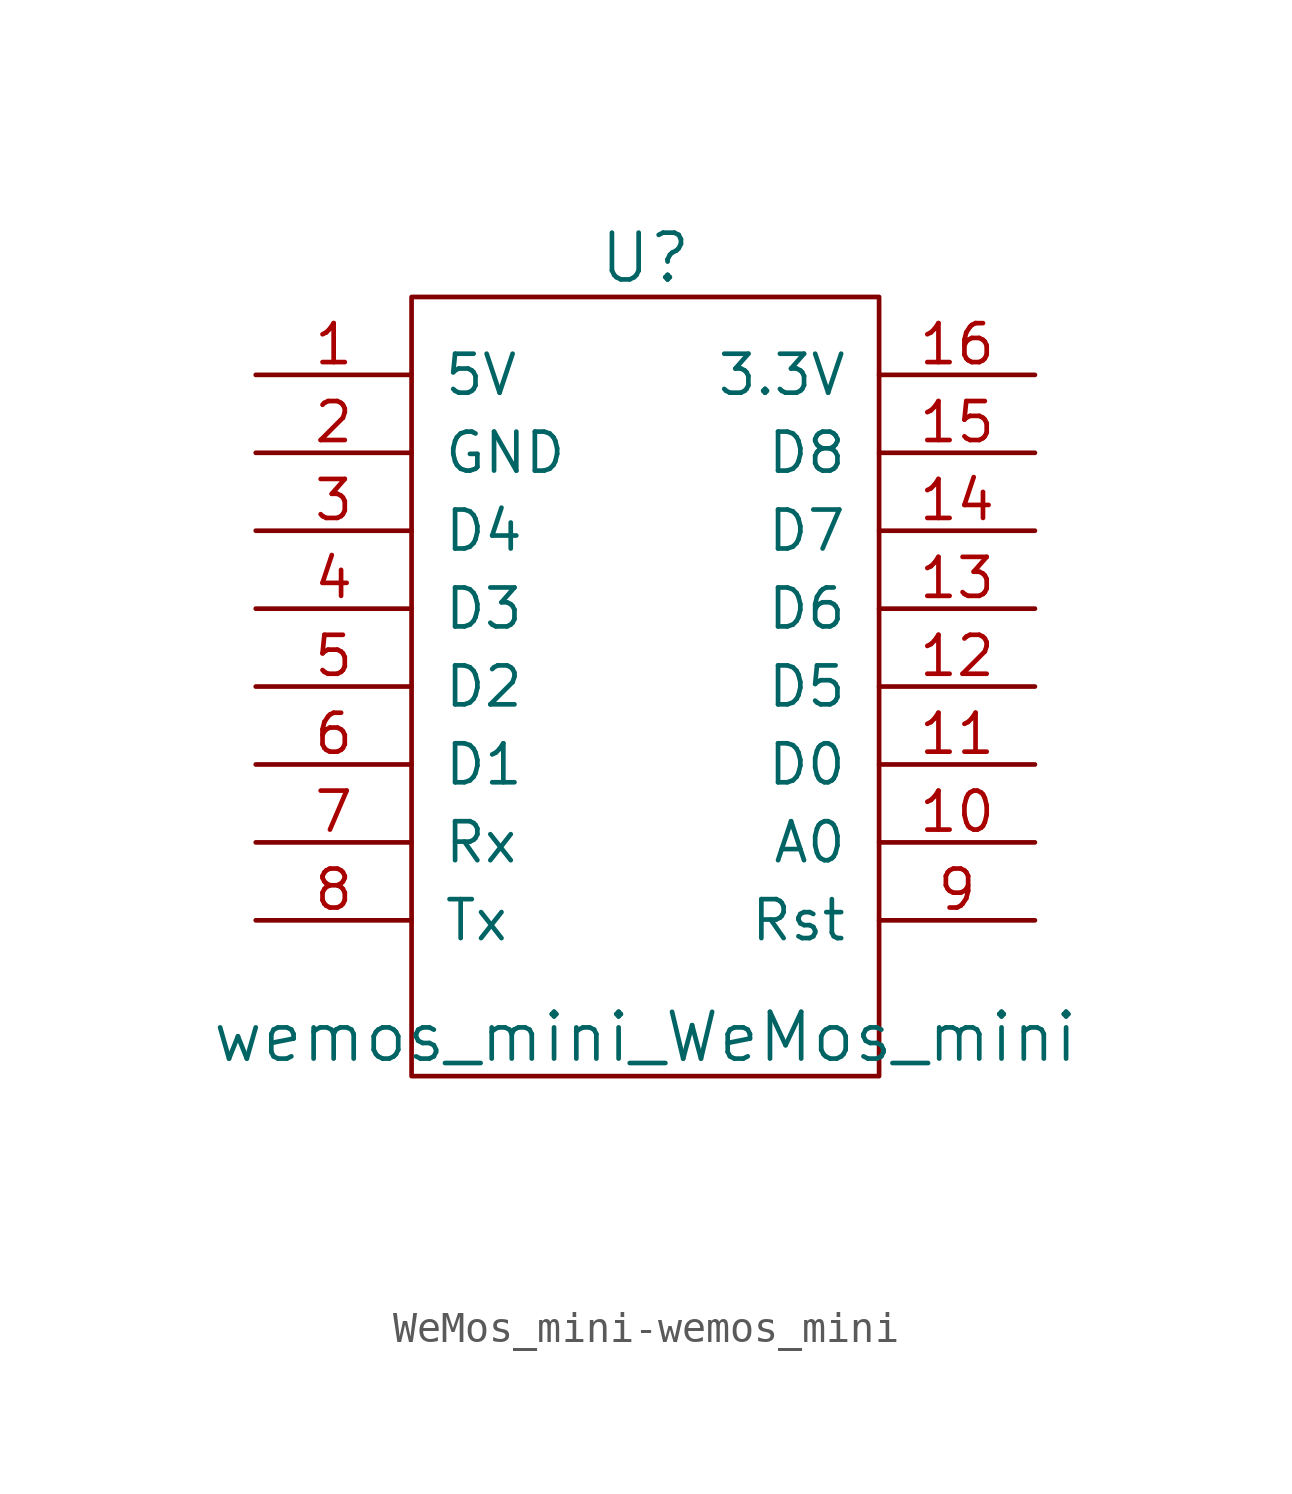
<source format=kicad_sym>
(kicad_symbol_lib
  (version 20220914)
  (generator kicad_symbol_editor)
  (symbol "WeMos_mini-wemos_mini"
    (pin_names
      (offset 1.016))
    (property "Reference" "U"
      (at 0 12.7 0)
      (effects (font (size 1.524 1.524))))
    (property "Value" "wemos_mini_WeMos_mini"
      (at 0 -12.7 0)
      (effects (font (size 1.524 1.524))))
    (property "Footprint" ""
      (at 13.97 -17.78 0)
      (effects (font (size 1.524 1.524))))
    (property "Datasheet" ""
      (at 13.97 -17.78 0)
      (effects (font (size 1.524 1.524))))
    (symbol "WeMos_mini-wemos_mini_0_1"
      (rectangle (start -7.62 11.43) (end 7.62 -13.97) (stroke (width 0) (type solid)) (fill (type none))))
    (symbol "WeMos_mini-wemos_mini_1_1"
      (pin power_in line (at -12.7 8.89 0) (length 5.08) (name "5V" (effects (font (size 1.27 1.27)))) (number "1" (effects (font (size 1.27 1.27)))))
      (pin bidirectional line (at 12.7 -6.35 180) (length 5.08) (name "A0" (effects (font (size 1.27 1.27)))) (number "10" (effects (font (size 1.27 1.27)))))
      (pin bidirectional line (at 12.7 -3.81 180) (length 5.08) (name "D0" (effects (font (size 1.27 1.27)))) (number "11" (effects (font (size 1.27 1.27)))))
      (pin bidirectional line (at 12.7 -1.27 180) (length 5.08) (name "D5" (effects (font (size 1.27 1.27)))) (number "12" (effects (font (size 1.27 1.27)))))
      (pin bidirectional line (at 12.7 1.27 180) (length 5.08) (name "D6" (effects (font (size 1.27 1.27)))) (number "13" (effects (font (size 1.27 1.27)))))
      (pin bidirectional line (at 12.7 3.81 180) (length 5.08) (name "D7" (effects (font (size 1.27 1.27)))) (number "14" (effects (font (size 1.27 1.27)))))
      (pin bidirectional line (at 12.7 6.35 180) (length 5.08) (name "D8" (effects (font (size 1.27 1.27)))) (number "15" (effects (font (size 1.27 1.27)))))
      (pin power_out line (at 12.7 8.89 180) (length 5.08) (name "3.3V" (effects (font (size 1.27 1.27)))) (number "16" (effects (font (size 1.27 1.27)))))
      (pin power_in line (at -12.7 6.35 0) (length 5.08) (name "GND" (effects (font (size 1.27 1.27)))) (number "2" (effects (font (size 1.27 1.27)))))
      (pin bidirectional line (at -12.7 3.81 0) (length 5.08) (name "D4" (effects (font (size 1.27 1.27)))) (number "3" (effects (font (size 1.27 1.27)))))
      (pin bidirectional line (at -12.7 1.27 0) (length 5.08) (name "D3" (effects (font (size 1.27 1.27)))) (number "4" (effects (font (size 1.27 1.27)))))
      (pin bidirectional line (at -12.7 -1.27 0) (length 5.08) (name "D2" (effects (font (size 1.27 1.27)))) (number "5" (effects (font (size 1.27 1.27)))))
      (pin bidirectional line (at -12.7 -3.81 0) (length 5.08) (name "D1" (effects (font (size 1.27 1.27)))) (number "6" (effects (font (size 1.27 1.27)))))
      (pin bidirectional line (at -12.7 -6.35 0) (length 5.08) (name "Rx" (effects (font (size 1.27 1.27)))) (number "7" (effects (font (size 1.27 1.27)))))
      (pin bidirectional line (at -12.7 -8.89 0) (length 5.08) (name "Tx" (effects (font (size 1.27 1.27)))) (number "8" (effects (font (size 1.27 1.27)))))
      (pin bidirectional line (at 12.7 -8.89 180) (length 5.08) (name "Rst" (effects (font (size 1.27 1.27)))) (number "9" (effects (font (size 1.27 1.27))))))))
</source>
